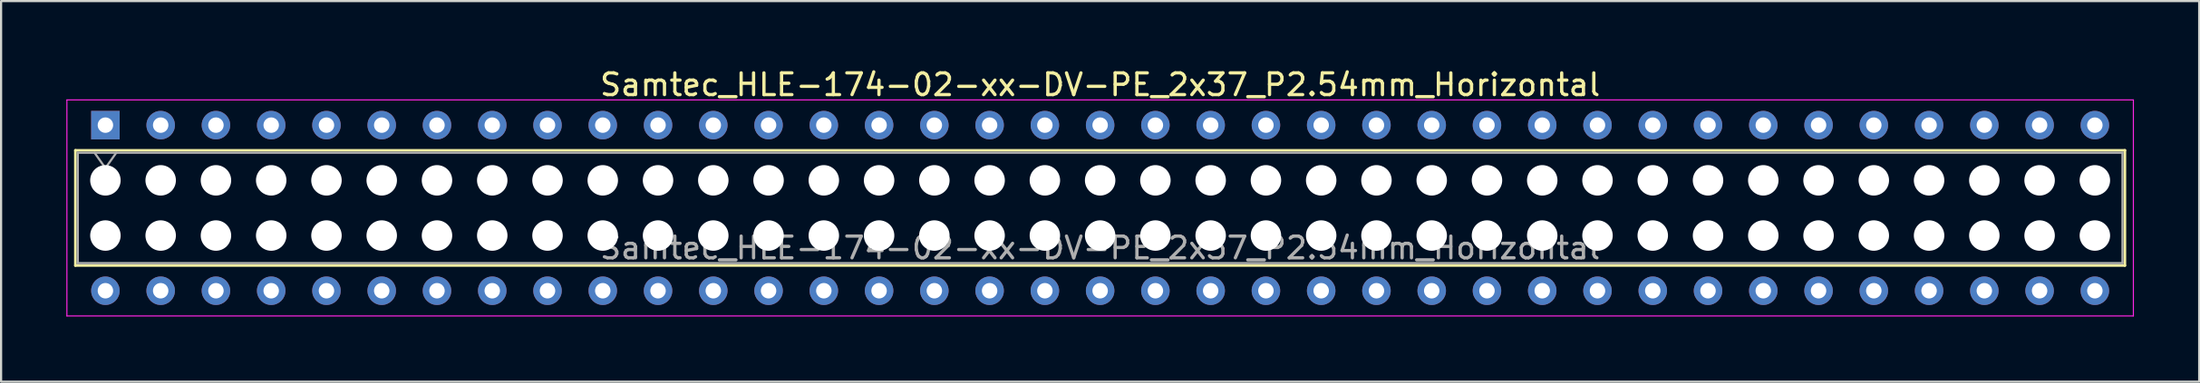
<source format=kicad_pcb>
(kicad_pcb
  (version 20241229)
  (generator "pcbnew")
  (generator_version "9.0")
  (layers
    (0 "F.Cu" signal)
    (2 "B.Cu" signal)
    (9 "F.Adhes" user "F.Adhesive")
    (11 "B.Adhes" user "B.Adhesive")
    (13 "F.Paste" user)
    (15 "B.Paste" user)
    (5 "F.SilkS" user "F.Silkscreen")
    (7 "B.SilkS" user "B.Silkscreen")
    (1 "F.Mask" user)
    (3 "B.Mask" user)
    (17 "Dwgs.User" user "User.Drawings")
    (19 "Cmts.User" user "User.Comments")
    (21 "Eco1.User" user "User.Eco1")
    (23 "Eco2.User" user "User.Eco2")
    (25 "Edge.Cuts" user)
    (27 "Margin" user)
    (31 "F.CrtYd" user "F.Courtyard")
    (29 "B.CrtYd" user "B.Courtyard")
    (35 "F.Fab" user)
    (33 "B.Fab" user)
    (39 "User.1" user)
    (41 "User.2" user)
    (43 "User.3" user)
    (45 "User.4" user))
  (footprint "Samtec_HLE-174-02-xx-DV-PE_2x37_P2.54mm_Horizontal"
    (layer "F.Cu")
    (at 1.795 2.708)
    (property "Reference" "Samtec_HLE-174-02-xx-DV-PE_2x37_P2.54mm_Horizontal" (at 45.72 -1.86 0) (layer "F.SilkS") (effects (font (size 1 1) (thickness 0.15))))
    (attr through_hole)
    (fp_line (start -1.38 1.16) (end 92.82 1.16) (stroke (width 0.12) (type solid)) (layer "F.SilkS"))
    (fp_line (start -1.38 6.46) (end -1.38 1.16) (stroke (width 0.12) (type solid)) (layer "F.SilkS"))
    (fp_line (start 92.82 1.16) (end 92.82 6.46) (stroke (width 0.12) (type solid)) (layer "F.SilkS"))
    (fp_line (start 92.82 6.46) (end -1.38 6.46) (stroke (width 0.12) (type solid)) (layer "F.SilkS"))
    (fp_line (start -1.77 -1.16) (end 93.21 -1.16) (stroke (width 0.05) (type solid)) (layer "F.CrtYd"))
    (fp_line (start -1.77 8.78) (end -1.77 -1.16) (stroke (width 0.05) (type solid)) (layer "F.CrtYd"))
    (fp_line (start 93.21 -1.16) (end 93.21 8.78) (stroke (width 0.05) (type solid)) (layer "F.CrtYd"))
    (fp_line (start 93.21 8.78) (end -1.77 8.78) (stroke (width 0.05) (type solid)) (layer "F.CrtYd"))
    (fp_line (start -1.27 1.27) (end 92.71 1.27) (stroke (width 0.1) (type solid)) (layer "F.Fab"))
    (fp_line (start -1.27 6.35) (end -1.27 1.27) (stroke (width 0.1) (type solid)) (layer "F.Fab"))
    (fp_line (start -0.5 1.27) (end 0 1.977) (stroke (width 0.1) (type solid)) (layer "F.Fab"))
    (fp_line (start 0 1.977) (end 0.5 1.27) (stroke (width 0.1) (type solid)) (layer "F.Fab"))
    (fp_line (start 92.71 1.27) (end 92.71 6.35) (stroke (width 0.1) (type solid)) (layer "F.Fab"))
    (fp_line (start 92.71 6.35) (end -1.27 6.35) (stroke (width 0.1) (type solid)) (layer "F.Fab"))
    (fp_text user "${REFERENCE}" (at 45.72 5.65 0) (layer "F.Fab") (effects (font (size 1 1) (thickness 0.15))))
    (pad "" np_thru_hole circle (at 0 2.54) (size 1.4 1.4) (drill 1.4) (layers "*.Cu" "*.Mask"))
    (pad "" np_thru_hole circle (at 0 5.08) (size 1.4 1.4) (drill 1.4) (layers "*.Cu" "*.Mask"))
    (pad "" np_thru_hole circle (at 2.54 2.54) (size 1.4 1.4) (drill 1.4) (layers "*.Cu" "*.Mask"))
    (pad "" np_thru_hole circle (at 2.54 5.08) (size 1.4 1.4) (drill 1.4) (layers "*.Cu" "*.Mask"))
    (pad "" np_thru_hole circle (at 5.08 2.54) (size 1.4 1.4) (drill 1.4) (layers "*.Cu" "*.Mask"))
    (pad "" np_thru_hole circle (at 5.08 5.08) (size 1.4 1.4) (drill 1.4) (layers "*.Cu" "*.Mask"))
    (pad "" np_thru_hole circle (at 7.62 2.54) (size 1.4 1.4) (drill 1.4) (layers "*.Cu" "*.Mask"))
    (pad "" np_thru_hole circle (at 7.62 5.08) (size 1.4 1.4) (drill 1.4) (layers "*.Cu" "*.Mask"))
    (pad "" np_thru_hole circle (at 10.16 2.54) (size 1.4 1.4) (drill 1.4) (layers "*.Cu" "*.Mask"))
    (pad "" np_thru_hole circle (at 10.16 5.08) (size 1.4 1.4) (drill 1.4) (layers "*.Cu" "*.Mask"))
    (pad "" np_thru_hole circle (at 12.7 2.54) (size 1.4 1.4) (drill 1.4) (layers "*.Cu" "*.Mask"))
    (pad "" np_thru_hole circle (at 12.7 5.08) (size 1.4 1.4) (drill 1.4) (layers "*.Cu" "*.Mask"))
    (pad "" np_thru_hole circle (at 15.24 2.54) (size 1.4 1.4) (drill 1.4) (layers "*.Cu" "*.Mask"))
    (pad "" np_thru_hole circle (at 15.24 5.08) (size 1.4 1.4) (drill 1.4) (layers "*.Cu" "*.Mask"))
    (pad "" np_thru_hole circle (at 17.78 2.54) (size 1.4 1.4) (drill 1.4) (layers "*.Cu" "*.Mask"))
    (pad "" np_thru_hole circle (at 17.78 5.08) (size 1.4 1.4) (drill 1.4) (layers "*.Cu" "*.Mask"))
    (pad "" np_thru_hole circle (at 20.32 2.54) (size 1.4 1.4) (drill 1.4) (layers "*.Cu" "*.Mask"))
    (pad "" np_thru_hole circle (at 20.32 5.08) (size 1.4 1.4) (drill 1.4) (layers "*.Cu" "*.Mask"))
    (pad "" np_thru_hole circle (at 22.86 2.54) (size 1.4 1.4) (drill 1.4) (layers "*.Cu" "*.Mask"))
    (pad "" np_thru_hole circle (at 22.86 5.08) (size 1.4 1.4) (drill 1.4) (layers "*.Cu" "*.Mask"))
    (pad "" np_thru_hole circle (at 25.4 2.54) (size 1.4 1.4) (drill 1.4) (layers "*.Cu" "*.Mask"))
    (pad "" np_thru_hole circle (at 25.4 5.08) (size 1.4 1.4) (drill 1.4) (layers "*.Cu" "*.Mask"))
    (pad "" np_thru_hole circle (at 27.94 2.54) (size 1.4 1.4) (drill 1.4) (layers "*.Cu" "*.Mask"))
    (pad "" np_thru_hole circle (at 27.94 5.08) (size 1.4 1.4) (drill 1.4) (layers "*.Cu" "*.Mask"))
    (pad "" np_thru_hole circle (at 30.48 2.54) (size 1.4 1.4) (drill 1.4) (layers "*.Cu" "*.Mask"))
    (pad "" np_thru_hole circle (at 30.48 5.08) (size 1.4 1.4) (drill 1.4) (layers "*.Cu" "*.Mask"))
    (pad "" np_thru_hole circle (at 33.02 2.54) (size 1.4 1.4) (drill 1.4) (layers "*.Cu" "*.Mask"))
    (pad "" np_thru_hole circle (at 33.02 5.08) (size 1.4 1.4) (drill 1.4) (layers "*.Cu" "*.Mask"))
    (pad "" np_thru_hole circle (at 35.56 2.54) (size 1.4 1.4) (drill 1.4) (layers "*.Cu" "*.Mask"))
    (pad "" np_thru_hole circle (at 35.56 5.08) (size 1.4 1.4) (drill 1.4) (layers "*.Cu" "*.Mask"))
    (pad "" np_thru_hole circle (at 38.1 2.54) (size 1.4 1.4) (drill 1.4) (layers "*.Cu" "*.Mask"))
    (pad "" np_thru_hole circle (at 38.1 5.08) (size 1.4 1.4) (drill 1.4) (layers "*.Cu" "*.Mask"))
    (pad "" np_thru_hole circle (at 40.64 2.54) (size 1.4 1.4) (drill 1.4) (layers "*.Cu" "*.Mask"))
    (pad "" np_thru_hole circle (at 40.64 5.08) (size 1.4 1.4) (drill 1.4) (layers "*.Cu" "*.Mask"))
    (pad "" np_thru_hole circle (at 43.18 2.54) (size 1.4 1.4) (drill 1.4) (layers "*.Cu" "*.Mask"))
    (pad "" np_thru_hole circle (at 43.18 5.08) (size 1.4 1.4) (drill 1.4) (layers "*.Cu" "*.Mask"))
    (pad "" np_thru_hole circle (at 45.72 2.54) (size 1.4 1.4) (drill 1.4) (layers "*.Cu" "*.Mask"))
    (pad "" np_thru_hole circle (at 45.72 5.08) (size 1.4 1.4) (drill 1.4) (layers "*.Cu" "*.Mask"))
    (pad "" np_thru_hole circle (at 48.26 2.54) (size 1.4 1.4) (drill 1.4) (layers "*.Cu" "*.Mask"))
    (pad "" np_thru_hole circle (at 48.26 5.08) (size 1.4 1.4) (drill 1.4) (layers "*.Cu" "*.Mask"))
    (pad "" np_thru_hole circle (at 50.8 2.54) (size 1.4 1.4) (drill 1.4) (layers "*.Cu" "*.Mask"))
    (pad "" np_thru_hole circle (at 50.8 5.08) (size 1.4 1.4) (drill 1.4) (layers "*.Cu" "*.Mask"))
    (pad "" np_thru_hole circle (at 53.34 2.54) (size 1.4 1.4) (drill 1.4) (layers "*.Cu" "*.Mask"))
    (pad "" np_thru_hole circle (at 53.34 5.08) (size 1.4 1.4) (drill 1.4) (layers "*.Cu" "*.Mask"))
    (pad "" np_thru_hole circle (at 55.88 2.54) (size 1.4 1.4) (drill 1.4) (layers "*.Cu" "*.Mask"))
    (pad "" np_thru_hole circle (at 55.88 5.08) (size 1.4 1.4) (drill 1.4) (layers "*.Cu" "*.Mask"))
    (pad "" np_thru_hole circle (at 58.42 2.54) (size 1.4 1.4) (drill 1.4) (layers "*.Cu" "*.Mask"))
    (pad "" np_thru_hole circle (at 58.42 5.08) (size 1.4 1.4) (drill 1.4) (layers "*.Cu" "*.Mask"))
    (pad "" np_thru_hole circle (at 60.96 2.54) (size 1.4 1.4) (drill 1.4) (layers "*.Cu" "*.Mask"))
    (pad "" np_thru_hole circle (at 60.96 5.08) (size 1.4 1.4) (drill 1.4) (layers "*.Cu" "*.Mask"))
    (pad "" np_thru_hole circle (at 63.5 2.54) (size 1.4 1.4) (drill 1.4) (layers "*.Cu" "*.Mask"))
    (pad "" np_thru_hole circle (at 63.5 5.08) (size 1.4 1.4) (drill 1.4) (layers "*.Cu" "*.Mask"))
    (pad "" np_thru_hole circle (at 66.04 2.54) (size 1.4 1.4) (drill 1.4) (layers "*.Cu" "*.Mask"))
    (pad "" np_thru_hole circle (at 66.04 5.08) (size 1.4 1.4) (drill 1.4) (layers "*.Cu" "*.Mask"))
    (pad "" np_thru_hole circle (at 68.58 2.54) (size 1.4 1.4) (drill 1.4) (layers "*.Cu" "*.Mask"))
    (pad "" np_thru_hole circle (at 68.58 5.08) (size 1.4 1.4) (drill 1.4) (layers "*.Cu" "*.Mask"))
    (pad "" np_thru_hole circle (at 71.12 2.54) (size 1.4 1.4) (drill 1.4) (layers "*.Cu" "*.Mask"))
    (pad "" np_thru_hole circle (at 71.12 5.08) (size 1.4 1.4) (drill 1.4) (layers "*.Cu" "*.Mask"))
    (pad "" np_thru_hole circle (at 73.66 2.54) (size 1.4 1.4) (drill 1.4) (layers "*.Cu" "*.Mask"))
    (pad "" np_thru_hole circle (at 73.66 5.08) (size 1.4 1.4) (drill 1.4) (layers "*.Cu" "*.Mask"))
    (pad "" np_thru_hole circle (at 76.2 2.54) (size 1.4 1.4) (drill 1.4) (layers "*.Cu" "*.Mask"))
    (pad "" np_thru_hole circle (at 76.2 5.08) (size 1.4 1.4) (drill 1.4) (layers "*.Cu" "*.Mask"))
    (pad "" np_thru_hole circle (at 78.74 2.54) (size 1.4 1.4) (drill 1.4) (layers "*.Cu" "*.Mask"))
    (pad "" np_thru_hole circle (at 78.74 5.08) (size 1.4 1.4) (drill 1.4) (layers "*.Cu" "*.Mask"))
    (pad "" np_thru_hole circle (at 81.28 2.54) (size 1.4 1.4) (drill 1.4) (layers "*.Cu" "*.Mask"))
    (pad "" np_thru_hole circle (at 81.28 5.08) (size 1.4 1.4) (drill 1.4) (layers "*.Cu" "*.Mask"))
    (pad "" np_thru_hole circle (at 83.82 2.54) (size 1.4 1.4) (drill 1.4) (layers "*.Cu" "*.Mask"))
    (pad "" np_thru_hole circle (at 83.82 5.08) (size 1.4 1.4) (drill 1.4) (layers "*.Cu" "*.Mask"))
    (pad "" np_thru_hole circle (at 86.36 2.54) (size 1.4 1.4) (drill 1.4) (layers "*.Cu" "*.Mask"))
    (pad "" np_thru_hole circle (at 86.36 5.08) (size 1.4 1.4) (drill 1.4) (layers "*.Cu" "*.Mask"))
    (pad "" np_thru_hole circle (at 88.9 2.54) (size 1.4 1.4) (drill 1.4) (layers "*.Cu" "*.Mask"))
    (pad "" np_thru_hole circle (at 88.9 5.08) (size 1.4 1.4) (drill 1.4) (layers "*.Cu" "*.Mask"))
    (pad "" np_thru_hole circle (at 91.44 2.54) (size 1.4 1.4) (drill 1.4) (layers "*.Cu" "*.Mask"))
    (pad "" np_thru_hole circle (at 91.44 5.08) (size 1.4 1.4) (drill 1.4) (layers "*.Cu" "*.Mask"))
    (pad "1" thru_hole rect (at 0 0) (size 1.31 1.31) (drill 0.71) (layers "*.Cu" "*.Mask"))
    (pad "2" thru_hole circle (at 0 7.62) (size 1.31 1.31) (drill 0.71) (layers "*.Cu" "*.Mask"))
    (pad "3" thru_hole circle (at 2.54 0) (size 1.31 1.31) (drill 0.71) (layers "*.Cu" "*.Mask"))
    (pad "4" thru_hole circle (at 2.54 7.62) (size 1.31 1.31) (drill 0.71) (layers "*.Cu" "*.Mask"))
    (pad "5" thru_hole circle (at 5.08 0) (size 1.31 1.31) (drill 0.71) (layers "*.Cu" "*.Mask"))
    (pad "6" thru_hole circle (at 5.08 7.62) (size 1.31 1.31) (drill 0.71) (layers "*.Cu" "*.Mask"))
    (pad "7" thru_hole circle (at 7.62 0) (size 1.31 1.31) (drill 0.71) (layers "*.Cu" "*.Mask"))
    (pad "8" thru_hole circle (at 7.62 7.62) (size 1.31 1.31) (drill 0.71) (layers "*.Cu" "*.Mask"))
    (pad "9" thru_hole circle (at 10.16 0) (size 1.31 1.31) (drill 0.71) (layers "*.Cu" "*.Mask"))
    (pad "10" thru_hole circle (at 10.16 7.62) (size 1.31 1.31) (drill 0.71) (layers "*.Cu" "*.Mask"))
    (pad "11" thru_hole circle (at 12.7 0) (size 1.31 1.31) (drill 0.71) (layers "*.Cu" "*.Mask"))
    (pad "12" thru_hole circle (at 12.7 7.62) (size 1.31 1.31) (drill 0.71) (layers "*.Cu" "*.Mask"))
    (pad "13" thru_hole circle (at 15.24 0) (size 1.31 1.31) (drill 0.71) (layers "*.Cu" "*.Mask"))
    (pad "14" thru_hole circle (at 15.24 7.62) (size 1.31 1.31) (drill 0.71) (layers "*.Cu" "*.Mask"))
    (pad "15" thru_hole circle (at 17.78 0) (size 1.31 1.31) (drill 0.71) (layers "*.Cu" "*.Mask"))
    (pad "16" thru_hole circle (at 17.78 7.62) (size 1.31 1.31) (drill 0.71) (layers "*.Cu" "*.Mask"))
    (pad "17" thru_hole circle (at 20.32 0) (size 1.31 1.31) (drill 0.71) (layers "*.Cu" "*.Mask"))
    (pad "18" thru_hole circle (at 20.32 7.62) (size 1.31 1.31) (drill 0.71) (layers "*.Cu" "*.Mask"))
    (pad "19" thru_hole circle (at 22.86 0) (size 1.31 1.31) (drill 0.71) (layers "*.Cu" "*.Mask"))
    (pad "20" thru_hole circle (at 22.86 7.62) (size 1.31 1.31) (drill 0.71) (layers "*.Cu" "*.Mask"))
    (pad "21" thru_hole circle (at 25.4 0) (size 1.31 1.31) (drill 0.71) (layers "*.Cu" "*.Mask"))
    (pad "22" thru_hole circle (at 25.4 7.62) (size 1.31 1.31) (drill 0.71) (layers "*.Cu" "*.Mask"))
    (pad "23" thru_hole circle (at 27.94 0) (size 1.31 1.31) (drill 0.71) (layers "*.Cu" "*.Mask"))
    (pad "24" thru_hole circle (at 27.94 7.62) (size 1.31 1.31) (drill 0.71) (layers "*.Cu" "*.Mask"))
    (pad "25" thru_hole circle (at 30.48 0) (size 1.31 1.31) (drill 0.71) (layers "*.Cu" "*.Mask"))
    (pad "26" thru_hole circle (at 30.48 7.62) (size 1.31 1.31) (drill 0.71) (layers "*.Cu" "*.Mask"))
    (pad "27" thru_hole circle (at 33.02 0) (size 1.31 1.31) (drill 0.71) (layers "*.Cu" "*.Mask"))
    (pad "28" thru_hole circle (at 33.02 7.62) (size 1.31 1.31) (drill 0.71) (layers "*.Cu" "*.Mask"))
    (pad "29" thru_hole circle (at 35.56 0) (size 1.31 1.31) (drill 0.71) (layers "*.Cu" "*.Mask"))
    (pad "30" thru_hole circle (at 35.56 7.62) (size 1.31 1.31) (drill 0.71) (layers "*.Cu" "*.Mask"))
    (pad "31" thru_hole circle (at 38.1 0) (size 1.31 1.31) (drill 0.71) (layers "*.Cu" "*.Mask"))
    (pad "32" thru_hole circle (at 38.1 7.62) (size 1.31 1.31) (drill 0.71) (layers "*.Cu" "*.Mask"))
    (pad "33" thru_hole circle (at 40.64 0) (size 1.31 1.31) (drill 0.71) (layers "*.Cu" "*.Mask"))
    (pad "34" thru_hole circle (at 40.64 7.62) (size 1.31 1.31) (drill 0.71) (layers "*.Cu" "*.Mask"))
    (pad "35" thru_hole circle (at 43.18 0) (size 1.31 1.31) (drill 0.71) (layers "*.Cu" "*.Mask"))
    (pad "36" thru_hole circle (at 43.18 7.62) (size 1.31 1.31) (drill 0.71) (layers "*.Cu" "*.Mask"))
    (pad "37" thru_hole circle (at 45.72 0) (size 1.31 1.31) (drill 0.71) (layers "*.Cu" "*.Mask"))
    (pad "38" thru_hole circle (at 45.72 7.62) (size 1.31 1.31) (drill 0.71) (layers "*.Cu" "*.Mask"))
    (pad "39" thru_hole circle (at 48.26 0) (size 1.31 1.31) (drill 0.71) (layers "*.Cu" "*.Mask"))
    (pad "40" thru_hole circle (at 48.26 7.62) (size 1.31 1.31) (drill 0.71) (layers "*.Cu" "*.Mask"))
    (pad "41" thru_hole circle (at 50.8 0) (size 1.31 1.31) (drill 0.71) (layers "*.Cu" "*.Mask"))
    (pad "42" thru_hole circle (at 50.8 7.62) (size 1.31 1.31) (drill 0.71) (layers "*.Cu" "*.Mask"))
    (pad "43" thru_hole circle (at 53.34 0) (size 1.31 1.31) (drill 0.71) (layers "*.Cu" "*.Mask"))
    (pad "44" thru_hole circle (at 53.34 7.62) (size 1.31 1.31) (drill 0.71) (layers "*.Cu" "*.Mask"))
    (pad "45" thru_hole circle (at 55.88 0) (size 1.31 1.31) (drill 0.71) (layers "*.Cu" "*.Mask"))
    (pad "46" thru_hole circle (at 55.88 7.62) (size 1.31 1.31) (drill 0.71) (layers "*.Cu" "*.Mask"))
    (pad "47" thru_hole circle (at 58.42 0) (size 1.31 1.31) (drill 0.71) (layers "*.Cu" "*.Mask"))
    (pad "48" thru_hole circle (at 58.42 7.62) (size 1.31 1.31) (drill 0.71) (layers "*.Cu" "*.Mask"))
    (pad "49" thru_hole circle (at 60.96 0) (size 1.31 1.31) (drill 0.71) (layers "*.Cu" "*.Mask"))
    (pad "50" thru_hole circle (at 60.96 7.62) (size 1.31 1.31) (drill 0.71) (layers "*.Cu" "*.Mask"))
    (pad "51" thru_hole circle (at 63.5 0) (size 1.31 1.31) (drill 0.71) (layers "*.Cu" "*.Mask"))
    (pad "52" thru_hole circle (at 63.5 7.62) (size 1.31 1.31) (drill 0.71) (layers "*.Cu" "*.Mask"))
    (pad "53" thru_hole circle (at 66.04 0) (size 1.31 1.31) (drill 0.71) (layers "*.Cu" "*.Mask"))
    (pad "54" thru_hole circle (at 66.04 7.62) (size 1.31 1.31) (drill 0.71) (layers "*.Cu" "*.Mask"))
    (pad "55" thru_hole circle (at 68.58 0) (size 1.31 1.31) (drill 0.71) (layers "*.Cu" "*.Mask"))
    (pad "56" thru_hole circle (at 68.58 7.62) (size 1.31 1.31) (drill 0.71) (layers "*.Cu" "*.Mask"))
    (pad "57" thru_hole circle (at 71.12 0) (size 1.31 1.31) (drill 0.71) (layers "*.Cu" "*.Mask"))
    (pad "58" thru_hole circle (at 71.12 7.62) (size 1.31 1.31) (drill 0.71) (layers "*.Cu" "*.Mask"))
    (pad "59" thru_hole circle (at 73.66 0) (size 1.31 1.31) (drill 0.71) (layers "*.Cu" "*.Mask"))
    (pad "60" thru_hole circle (at 73.66 7.62) (size 1.31 1.31) (drill 0.71) (layers "*.Cu" "*.Mask"))
    (pad "61" thru_hole circle (at 76.2 0) (size 1.31 1.31) (drill 0.71) (layers "*.Cu" "*.Mask"))
    (pad "62" thru_hole circle (at 76.2 7.62) (size 1.31 1.31) (drill 0.71) (layers "*.Cu" "*.Mask"))
    (pad "63" thru_hole circle (at 78.74 0) (size 1.31 1.31) (drill 0.71) (layers "*.Cu" "*.Mask"))
    (pad "64" thru_hole circle (at 78.74 7.62) (size 1.31 1.31) (drill 0.71) (layers "*.Cu" "*.Mask"))
    (pad "65" thru_hole circle (at 81.28 0) (size 1.31 1.31) (drill 0.71) (layers "*.Cu" "*.Mask"))
    (pad "66" thru_hole circle (at 81.28 7.62) (size 1.31 1.31) (drill 0.71) (layers "*.Cu" "*.Mask"))
    (pad "67" thru_hole circle (at 83.82 0) (size 1.31 1.31) (drill 0.71) (layers "*.Cu" "*.Mask"))
    (pad "68" thru_hole circle (at 83.82 7.62) (size 1.31 1.31) (drill 0.71) (layers "*.Cu" "*.Mask"))
    (pad "69" thru_hole circle (at 86.36 0) (size 1.31 1.31) (drill 0.71) (layers "*.Cu" "*.Mask"))
    (pad "70" thru_hole circle (at 86.36 7.62) (size 1.31 1.31) (drill 0.71) (layers "*.Cu" "*.Mask"))
    (pad "71" thru_hole circle (at 88.9 0) (size 1.31 1.31) (drill 0.71) (layers "*.Cu" "*.Mask"))
    (pad "72" thru_hole circle (at 88.9 7.62) (size 1.31 1.31) (drill 0.71) (layers "*.Cu" "*.Mask"))
    (pad "73" thru_hole circle (at 91.44 0) (size 1.31 1.31) (drill 0.71) (layers "*.Cu" "*.Mask"))
    (pad "74" thru_hole circle (at 91.44 7.62) (size 1.31 1.31) (drill 0.71) (layers "*.Cu" "*.Mask")))
  (gr_rect
    (start -3 -3)
    (end 98.03 14.513)
    (stroke (width 0.1) (type default))
    (fill no)
    (layer "Edge.Cuts")))
</source>
